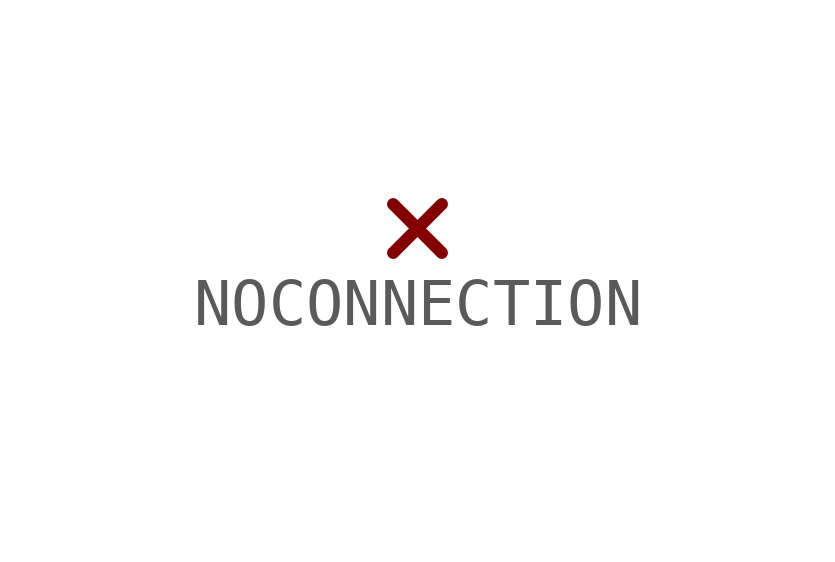
<source format=kicad_sym>
(kicad_symbol_lib
  (version 20241209)
  (generator "kicad_symbol_editor")
  (generator_version "9.0")
  (symbol "NOCONNECTION"
    (property "Reference" ""
      (at 0 0 0)
      (effects (font (size 1.27 1.27)) (hide yes)))
    (property "ki_locked" ""
      (at 0 0 0)
      (effects (font (size 1.27 1.27))))
    (symbol "NOCONNECTION_1_0"
      (polyline (pts (xy -0.508 0.508) (xy 0.508 -0.508)) (stroke (width 0.254) (type solid)) (fill (type none)))
      (polyline (pts (xy 0.508 0.508) (xy -0.508 -0.508)) (stroke (width 0.254) (type solid)) (fill (type none))))))
</source>
